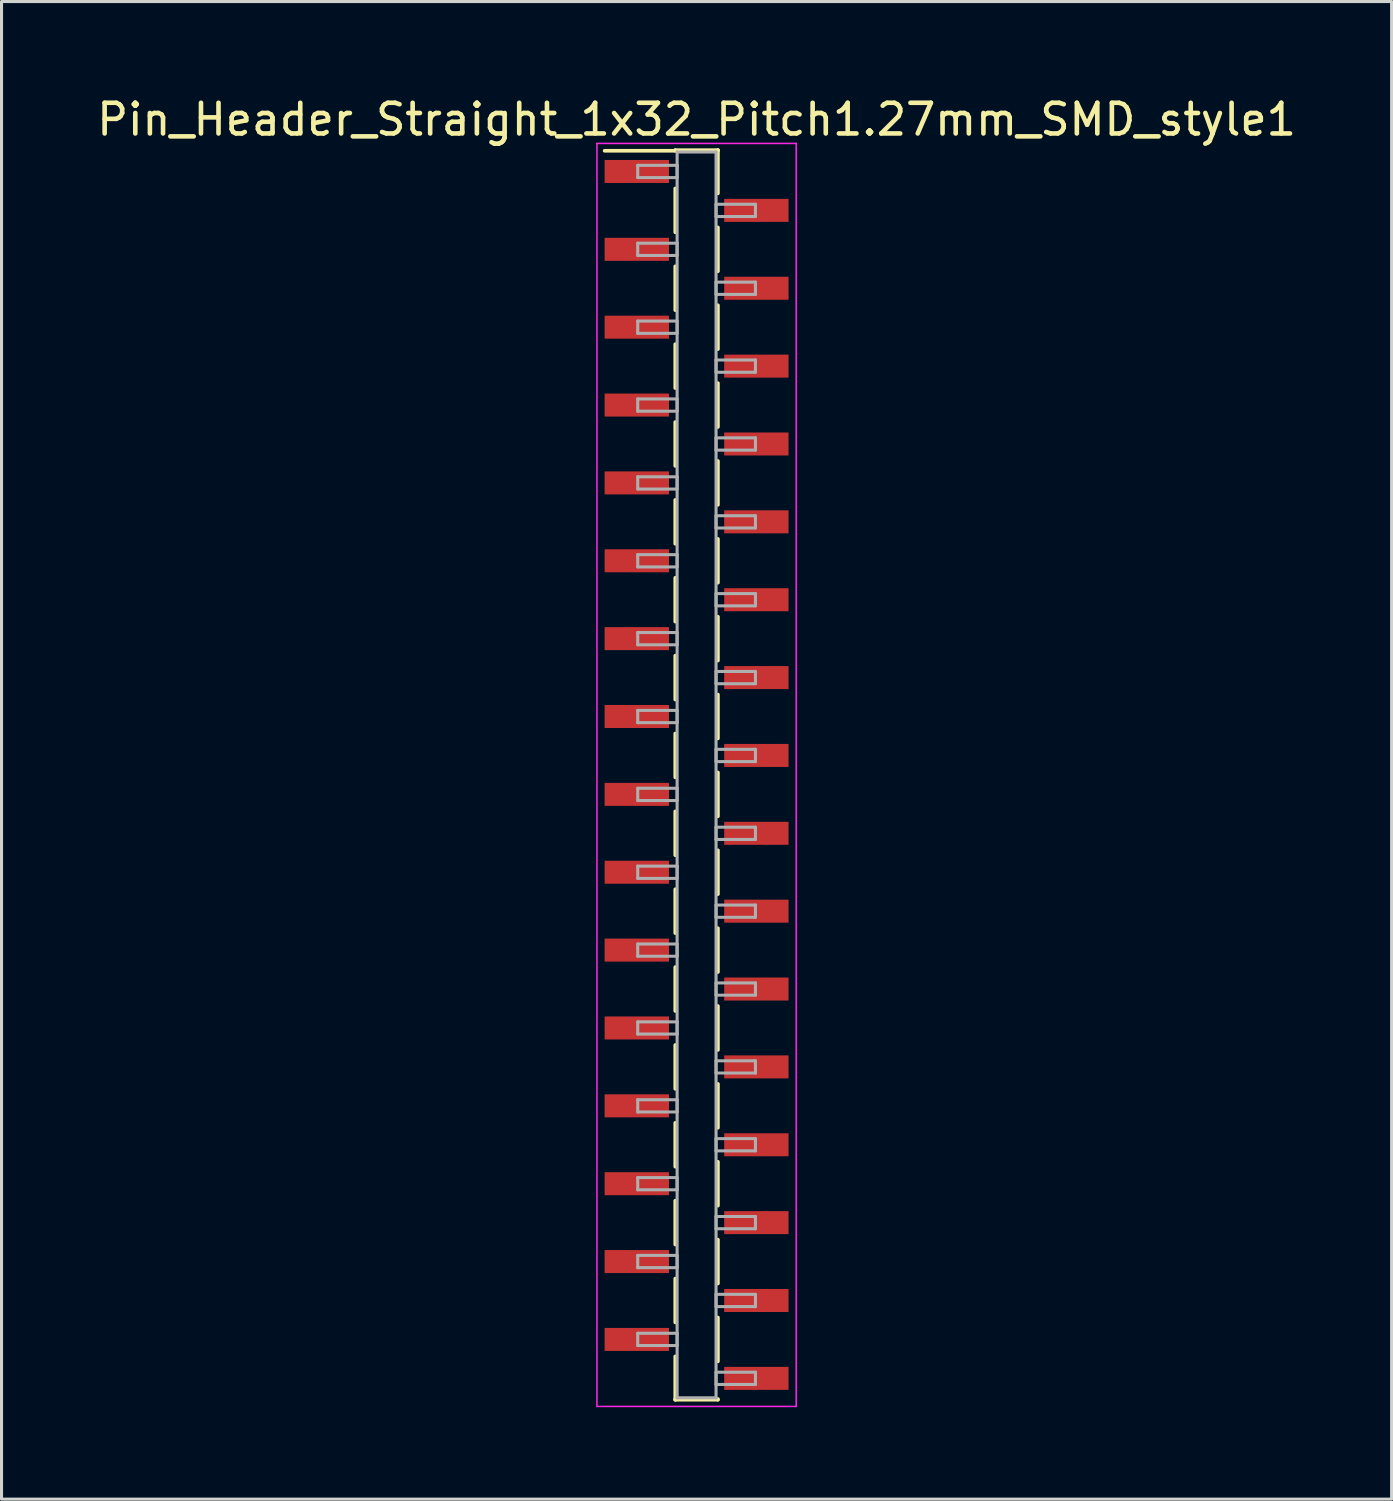
<source format=kicad_pcb>
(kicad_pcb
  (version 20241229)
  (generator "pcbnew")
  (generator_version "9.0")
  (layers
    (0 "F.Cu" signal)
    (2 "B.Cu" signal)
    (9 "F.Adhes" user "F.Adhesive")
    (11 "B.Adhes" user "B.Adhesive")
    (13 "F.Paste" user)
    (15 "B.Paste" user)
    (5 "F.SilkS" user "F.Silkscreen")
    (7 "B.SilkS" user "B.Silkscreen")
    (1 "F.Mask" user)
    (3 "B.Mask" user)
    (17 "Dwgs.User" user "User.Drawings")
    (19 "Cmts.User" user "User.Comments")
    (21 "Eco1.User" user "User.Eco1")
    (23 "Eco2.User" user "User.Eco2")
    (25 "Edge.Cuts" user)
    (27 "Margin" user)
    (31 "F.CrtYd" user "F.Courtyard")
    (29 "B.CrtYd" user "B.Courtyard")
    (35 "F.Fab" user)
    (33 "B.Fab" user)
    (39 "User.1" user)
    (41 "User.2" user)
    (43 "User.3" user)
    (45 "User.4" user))
  (footprint "Pin_Header_Straight_1x32_Pitch1.27mm_SMD_style1"
    (layer "F.Cu")
    (at 19.673 22.228)
    (property "Reference" "Pin_Header_Straight_1x32_Pitch1.27mm_SMD_style1" (at 0 -21.38 0) (layer "F.SilkS") (effects (font (size 1 1) (thickness 0.15))))
    (attr smd)
    (fp_line (start -0.695 -20.38) (end 0.695 -20.38) (stroke (width 0.12) (type solid)) (layer "F.SilkS"))
    (fp_line (start -0.695 -20.36) (end -3 -20.36) (stroke (width 0.12) (type solid)) (layer "F.SilkS"))
    (fp_line (start -0.695 -20.36) (end -0.695 -20.38) (stroke (width 0.12) (type solid)) (layer "F.SilkS"))
    (fp_line (start -0.695 -19.13) (end -0.695 -17.7) (stroke (width 0.12) (type solid)) (layer "F.SilkS"))
    (fp_line (start -0.695 -16.59) (end -0.695 -15.16) (stroke (width 0.12) (type solid)) (layer "F.SilkS"))
    (fp_line (start -0.695 -14.05) (end -0.695 -12.62) (stroke (width 0.12) (type solid)) (layer "F.SilkS"))
    (fp_line (start -0.695 -11.51) (end -0.695 -10.08) (stroke (width 0.12) (type solid)) (layer "F.SilkS"))
    (fp_line (start -0.695 -8.97) (end -0.695 -7.54) (stroke (width 0.12) (type solid)) (layer "F.SilkS"))
    (fp_line (start -0.695 -6.43) (end -0.695 -5) (stroke (width 0.12) (type solid)) (layer "F.SilkS"))
    (fp_line (start -0.695 -3.89) (end -0.695 -2.46) (stroke (width 0.12) (type solid)) (layer "F.SilkS"))
    (fp_line (start -0.695 -1.35) (end -0.695 0.08) (stroke (width 0.12) (type solid)) (layer "F.SilkS"))
    (fp_line (start -0.695 1.19) (end -0.695 2.62) (stroke (width 0.12) (type solid)) (layer "F.SilkS"))
    (fp_line (start -0.695 3.73) (end -0.695 5.16) (stroke (width 0.12) (type solid)) (layer "F.SilkS"))
    (fp_line (start -0.695 6.27) (end -0.695 7.7) (stroke (width 0.12) (type solid)) (layer "F.SilkS"))
    (fp_line (start -0.695 8.81) (end -0.695 10.24) (stroke (width 0.12) (type solid)) (layer "F.SilkS"))
    (fp_line (start -0.695 11.35) (end -0.695 12.78) (stroke (width 0.12) (type solid)) (layer "F.SilkS"))
    (fp_line (start -0.695 13.89) (end -0.695 15.32) (stroke (width 0.12) (type solid)) (layer "F.SilkS"))
    (fp_line (start -0.695 16.43) (end -0.695 17.86) (stroke (width 0.12) (type solid)) (layer "F.SilkS"))
    (fp_line (start -0.695 18.97) (end -0.695 20.38) (stroke (width 0.12) (type solid)) (layer "F.SilkS"))
    (fp_line (start -0.695 20.36) (end -0.695 20.38) (stroke (width 0.12) (type solid)) (layer "F.SilkS"))
    (fp_line (start -0.695 20.38) (end 0.695 20.38) (stroke (width 0.12) (type solid)) (layer "F.SilkS"))
    (fp_line (start 0.695 -20.38) (end 0.695 -20.36) (stroke (width 0.12) (type solid)) (layer "F.SilkS"))
    (fp_line (start 0.695 -20.38) (end 0.695 -18.97) (stroke (width 0.12) (type solid)) (layer "F.SilkS"))
    (fp_line (start 0.695 -17.86) (end 0.695 -16.43) (stroke (width 0.12) (type solid)) (layer "F.SilkS"))
    (fp_line (start 0.695 -15.32) (end 0.695 -13.89) (stroke (width 0.12) (type solid)) (layer "F.SilkS"))
    (fp_line (start 0.695 -12.78) (end 0.695 -11.35) (stroke (width 0.12) (type solid)) (layer "F.SilkS"))
    (fp_line (start 0.695 -10.24) (end 0.695 -8.81) (stroke (width 0.12) (type solid)) (layer "F.SilkS"))
    (fp_line (start 0.695 -7.7) (end 0.695 -6.27) (stroke (width 0.12) (type solid)) (layer "F.SilkS"))
    (fp_line (start 0.695 -5.16) (end 0.695 -3.73) (stroke (width 0.12) (type solid)) (layer "F.SilkS"))
    (fp_line (start 0.695 -2.62) (end 0.695 -1.19) (stroke (width 0.12) (type solid)) (layer "F.SilkS"))
    (fp_line (start 0.695 -0.08) (end 0.695 1.35) (stroke (width 0.12) (type solid)) (layer "F.SilkS"))
    (fp_line (start 0.695 2.46) (end 0.695 3.89) (stroke (width 0.12) (type solid)) (layer "F.SilkS"))
    (fp_line (start 0.695 5) (end 0.695 6.43) (stroke (width 0.12) (type solid)) (layer "F.SilkS"))
    (fp_line (start 0.695 7.54) (end 0.695 8.97) (stroke (width 0.12) (type solid)) (layer "F.SilkS"))
    (fp_line (start 0.695 10.08) (end 0.695 11.51) (stroke (width 0.12) (type solid)) (layer "F.SilkS"))
    (fp_line (start 0.695 12.62) (end 0.695 14.05) (stroke (width 0.12) (type solid)) (layer "F.SilkS"))
    (fp_line (start 0.695 15.16) (end 0.695 16.59) (stroke (width 0.12) (type solid)) (layer "F.SilkS"))
    (fp_line (start 0.695 17.7) (end 0.695 19.13) (stroke (width 0.12) (type solid)) (layer "F.SilkS"))
    (fp_line (start 0.695 20.38) (end 0.695 20.36) (stroke (width 0.12) (type solid)) (layer "F.SilkS"))
    (fp_line (start -3.25 -20.6) (end -3.25 20.6) (stroke (width 0.05) (type solid)) (layer "F.CrtYd"))
    (fp_line (start -3.25 20.6) (end 3.25 20.6) (stroke (width 0.05) (type solid)) (layer "F.CrtYd"))
    (fp_line (start 3.25 -20.6) (end -3.25 -20.6) (stroke (width 0.05) (type solid)) (layer "F.CrtYd"))
    (fp_line (start 3.25 20.6) (end 3.25 -20.6) (stroke (width 0.05) (type solid)) (layer "F.CrtYd"))
    (fp_line (start -1.92 -19.885) (end -0.635 -19.885) (stroke (width 0.1) (type solid)) (layer "F.Fab"))
    (fp_line (start -1.92 -19.485) (end -1.92 -19.885) (stroke (width 0.1) (type solid)) (layer "F.Fab"))
    (fp_line (start -1.92 -17.345) (end -0.635 -17.345) (stroke (width 0.1) (type solid)) (layer "F.Fab"))
    (fp_line (start -1.92 -16.945) (end -1.92 -17.345) (stroke (width 0.1) (type solid)) (layer "F.Fab"))
    (fp_line (start -1.92 -14.805) (end -0.635 -14.805) (stroke (width 0.1) (type solid)) (layer "F.Fab"))
    (fp_line (start -1.92 -14.405) (end -1.92 -14.805) (stroke (width 0.1) (type solid)) (layer "F.Fab"))
    (fp_line (start -1.92 -12.265) (end -0.635 -12.265) (stroke (width 0.1) (type solid)) (layer "F.Fab"))
    (fp_line (start -1.92 -11.865) (end -1.92 -12.265) (stroke (width 0.1) (type solid)) (layer "F.Fab"))
    (fp_line (start -1.92 -9.725) (end -0.635 -9.725) (stroke (width 0.1) (type solid)) (layer "F.Fab"))
    (fp_line (start -1.92 -9.325) (end -1.92 -9.725) (stroke (width 0.1) (type solid)) (layer "F.Fab"))
    (fp_line (start -1.92 -7.185) (end -0.635 -7.185) (stroke (width 0.1) (type solid)) (layer "F.Fab"))
    (fp_line (start -1.92 -6.785) (end -1.92 -7.185) (stroke (width 0.1) (type solid)) (layer "F.Fab"))
    (fp_line (start -1.92 -4.645) (end -0.635 -4.645) (stroke (width 0.1) (type solid)) (layer "F.Fab"))
    (fp_line (start -1.92 -4.245) (end -1.92 -4.645) (stroke (width 0.1) (type solid)) (layer "F.Fab"))
    (fp_line (start -1.92 -2.105) (end -0.635 -2.105) (stroke (width 0.1) (type solid)) (layer "F.Fab"))
    (fp_line (start -1.92 -1.705) (end -1.92 -2.105) (stroke (width 0.1) (type solid)) (layer "F.Fab"))
    (fp_line (start -1.92 0.435) (end -0.635 0.435) (stroke (width 0.1) (type solid)) (layer "F.Fab"))
    (fp_line (start -1.92 0.835) (end -1.92 0.435) (stroke (width 0.1) (type solid)) (layer "F.Fab"))
    (fp_line (start -1.92 2.975) (end -0.635 2.975) (stroke (width 0.1) (type solid)) (layer "F.Fab"))
    (fp_line (start -1.92 3.375) (end -1.92 2.975) (stroke (width 0.1) (type solid)) (layer "F.Fab"))
    (fp_line (start -1.92 5.515) (end -0.635 5.515) (stroke (width 0.1) (type solid)) (layer "F.Fab"))
    (fp_line (start -1.92 5.915) (end -1.92 5.515) (stroke (width 0.1) (type solid)) (layer "F.Fab"))
    (fp_line (start -1.92 8.055) (end -0.635 8.055) (stroke (width 0.1) (type solid)) (layer "F.Fab"))
    (fp_line (start -1.92 8.455) (end -1.92 8.055) (stroke (width 0.1) (type solid)) (layer "F.Fab"))
    (fp_line (start -1.92 10.595) (end -0.635 10.595) (stroke (width 0.1) (type solid)) (layer "F.Fab"))
    (fp_line (start -1.92 10.995) (end -1.92 10.595) (stroke (width 0.1) (type solid)) (layer "F.Fab"))
    (fp_line (start -1.92 13.135) (end -0.635 13.135) (stroke (width 0.1) (type solid)) (layer "F.Fab"))
    (fp_line (start -1.92 13.535) (end -1.92 13.135) (stroke (width 0.1) (type solid)) (layer "F.Fab"))
    (fp_line (start -1.92 15.675) (end -0.635 15.675) (stroke (width 0.1) (type solid)) (layer "F.Fab"))
    (fp_line (start -1.92 16.075) (end -1.92 15.675) (stroke (width 0.1) (type solid)) (layer "F.Fab"))
    (fp_line (start -1.92 18.215) (end -0.635 18.215) (stroke (width 0.1) (type solid)) (layer "F.Fab"))
    (fp_line (start -1.92 18.615) (end -1.92 18.215) (stroke (width 0.1) (type solid)) (layer "F.Fab"))
    (fp_line (start -0.635 -20.32) (end -0.635 20.32) (stroke (width 0.1) (type solid)) (layer "F.Fab"))
    (fp_line (start -0.635 -19.885) (end -0.635 -19.485) (stroke (width 0.1) (type solid)) (layer "F.Fab"))
    (fp_line (start -0.635 -19.485) (end -1.92 -19.485) (stroke (width 0.1) (type solid)) (layer "F.Fab"))
    (fp_line (start -0.635 -17.345) (end -0.635 -16.945) (stroke (width 0.1) (type solid)) (layer "F.Fab"))
    (fp_line (start -0.635 -16.945) (end -1.92 -16.945) (stroke (width 0.1) (type solid)) (layer "F.Fab"))
    (fp_line (start -0.635 -14.805) (end -0.635 -14.405) (stroke (width 0.1) (type solid)) (layer "F.Fab"))
    (fp_line (start -0.635 -14.405) (end -1.92 -14.405) (stroke (width 0.1) (type solid)) (layer "F.Fab"))
    (fp_line (start -0.635 -12.265) (end -0.635 -11.865) (stroke (width 0.1) (type solid)) (layer "F.Fab"))
    (fp_line (start -0.635 -11.865) (end -1.92 -11.865) (stroke (width 0.1) (type solid)) (layer "F.Fab"))
    (fp_line (start -0.635 -9.725) (end -0.635 -9.325) (stroke (width 0.1) (type solid)) (layer "F.Fab"))
    (fp_line (start -0.635 -9.325) (end -1.92 -9.325) (stroke (width 0.1) (type solid)) (layer "F.Fab"))
    (fp_line (start -0.635 -7.185) (end -0.635 -6.785) (stroke (width 0.1) (type solid)) (layer "F.Fab"))
    (fp_line (start -0.635 -6.785) (end -1.92 -6.785) (stroke (width 0.1) (type solid)) (layer "F.Fab"))
    (fp_line (start -0.635 -4.645) (end -0.635 -4.245) (stroke (width 0.1) (type solid)) (layer "F.Fab"))
    (fp_line (start -0.635 -4.245) (end -1.92 -4.245) (stroke (width 0.1) (type solid)) (layer "F.Fab"))
    (fp_line (start -0.635 -2.105) (end -0.635 -1.705) (stroke (width 0.1) (type solid)) (layer "F.Fab"))
    (fp_line (start -0.635 -1.705) (end -1.92 -1.705) (stroke (width 0.1) (type solid)) (layer "F.Fab"))
    (fp_line (start -0.635 0.435) (end -0.635 0.835) (stroke (width 0.1) (type solid)) (layer "F.Fab"))
    (fp_line (start -0.635 0.835) (end -1.92 0.835) (stroke (width 0.1) (type solid)) (layer "F.Fab"))
    (fp_line (start -0.635 2.975) (end -0.635 3.375) (stroke (width 0.1) (type solid)) (layer "F.Fab"))
    (fp_line (start -0.635 3.375) (end -1.92 3.375) (stroke (width 0.1) (type solid)) (layer "F.Fab"))
    (fp_line (start -0.635 5.515) (end -0.635 5.915) (stroke (width 0.1) (type solid)) (layer "F.Fab"))
    (fp_line (start -0.635 5.915) (end -1.92 5.915) (stroke (width 0.1) (type solid)) (layer "F.Fab"))
    (fp_line (start -0.635 8.055) (end -0.635 8.455) (stroke (width 0.1) (type solid)) (layer "F.Fab"))
    (fp_line (start -0.635 8.455) (end -1.92 8.455) (stroke (width 0.1) (type solid)) (layer "F.Fab"))
    (fp_line (start -0.635 10.595) (end -0.635 10.995) (stroke (width 0.1) (type solid)) (layer "F.Fab"))
    (fp_line (start -0.635 10.995) (end -1.92 10.995) (stroke (width 0.1) (type solid)) (layer "F.Fab"))
    (fp_line (start -0.635 13.135) (end -0.635 13.535) (stroke (width 0.1) (type solid)) (layer "F.Fab"))
    (fp_line (start -0.635 13.535) (end -1.92 13.535) (stroke (width 0.1) (type solid)) (layer "F.Fab"))
    (fp_line (start -0.635 15.675) (end -0.635 16.075) (stroke (width 0.1) (type solid)) (layer "F.Fab"))
    (fp_line (start -0.635 16.075) (end -1.92 16.075) (stroke (width 0.1) (type solid)) (layer "F.Fab"))
    (fp_line (start -0.635 18.215) (end -0.635 18.615) (stroke (width 0.1) (type solid)) (layer "F.Fab"))
    (fp_line (start -0.635 18.615) (end -1.92 18.615) (stroke (width 0.1) (type solid)) (layer "F.Fab"))
    (fp_line (start -0.635 20.32) (end 0.635 20.32) (stroke (width 0.1) (type solid)) (layer "F.Fab"))
    (fp_line (start 0.635 -20.32) (end -0.635 -20.32) (stroke (width 0.1) (type solid)) (layer "F.Fab"))
    (fp_line (start 0.635 -18.615) (end 0.635 -18.215) (stroke (width 0.1) (type solid)) (layer "F.Fab"))
    (fp_line (start 0.635 -18.215) (end 1.92 -18.215) (stroke (width 0.1) (type solid)) (layer "F.Fab"))
    (fp_line (start 0.635 -16.075) (end 0.635 -15.675) (stroke (width 0.1) (type solid)) (layer "F.Fab"))
    (fp_line (start 0.635 -15.675) (end 1.92 -15.675) (stroke (width 0.1) (type solid)) (layer "F.Fab"))
    (fp_line (start 0.635 -13.535) (end 0.635 -13.135) (stroke (width 0.1) (type solid)) (layer "F.Fab"))
    (fp_line (start 0.635 -13.135) (end 1.92 -13.135) (stroke (width 0.1) (type solid)) (layer "F.Fab"))
    (fp_line (start 0.635 -10.995) (end 0.635 -10.595) (stroke (width 0.1) (type solid)) (layer "F.Fab"))
    (fp_line (start 0.635 -10.595) (end 1.92 -10.595) (stroke (width 0.1) (type solid)) (layer "F.Fab"))
    (fp_line (start 0.635 -8.455) (end 0.635 -8.055) (stroke (width 0.1) (type solid)) (layer "F.Fab"))
    (fp_line (start 0.635 -8.055) (end 1.92 -8.055) (stroke (width 0.1) (type solid)) (layer "F.Fab"))
    (fp_line (start 0.635 -5.915) (end 0.635 -5.515) (stroke (width 0.1) (type solid)) (layer "F.Fab"))
    (fp_line (start 0.635 -5.515) (end 1.92 -5.515) (stroke (width 0.1) (type solid)) (layer "F.Fab"))
    (fp_line (start 0.635 -3.375) (end 0.635 -2.975) (stroke (width 0.1) (type solid)) (layer "F.Fab"))
    (fp_line (start 0.635 -2.975) (end 1.92 -2.975) (stroke (width 0.1) (type solid)) (layer "F.Fab"))
    (fp_line (start 0.635 -0.835) (end 0.635 -0.435) (stroke (width 0.1) (type solid)) (layer "F.Fab"))
    (fp_line (start 0.635 -0.435) (end 1.92 -0.435) (stroke (width 0.1) (type solid)) (layer "F.Fab"))
    (fp_line (start 0.635 1.705) (end 0.635 2.105) (stroke (width 0.1) (type solid)) (layer "F.Fab"))
    (fp_line (start 0.635 2.105) (end 1.92 2.105) (stroke (width 0.1) (type solid)) (layer "F.Fab"))
    (fp_line (start 0.635 4.245) (end 0.635 4.645) (stroke (width 0.1) (type solid)) (layer "F.Fab"))
    (fp_line (start 0.635 4.645) (end 1.92 4.645) (stroke (width 0.1) (type solid)) (layer "F.Fab"))
    (fp_line (start 0.635 6.785) (end 0.635 7.185) (stroke (width 0.1) (type solid)) (layer "F.Fab"))
    (fp_line (start 0.635 7.185) (end 1.92 7.185) (stroke (width 0.1) (type solid)) (layer "F.Fab"))
    (fp_line (start 0.635 9.325) (end 0.635 9.725) (stroke (width 0.1) (type solid)) (layer "F.Fab"))
    (fp_line (start 0.635 9.725) (end 1.92 9.725) (stroke (width 0.1) (type solid)) (layer "F.Fab"))
    (fp_line (start 0.635 11.865) (end 0.635 12.265) (stroke (width 0.1) (type solid)) (layer "F.Fab"))
    (fp_line (start 0.635 12.265) (end 1.92 12.265) (stroke (width 0.1) (type solid)) (layer "F.Fab"))
    (fp_line (start 0.635 14.405) (end 0.635 14.805) (stroke (width 0.1) (type solid)) (layer "F.Fab"))
    (fp_line (start 0.635 14.805) (end 1.92 14.805) (stroke (width 0.1) (type solid)) (layer "F.Fab"))
    (fp_line (start 0.635 16.945) (end 0.635 17.345) (stroke (width 0.1) (type solid)) (layer "F.Fab"))
    (fp_line (start 0.635 17.345) (end 1.92 17.345) (stroke (width 0.1) (type solid)) (layer "F.Fab"))
    (fp_line (start 0.635 19.485) (end 0.635 19.885) (stroke (width 0.1) (type solid)) (layer "F.Fab"))
    (fp_line (start 0.635 19.885) (end 1.92 19.885) (stroke (width 0.1) (type solid)) (layer "F.Fab"))
    (fp_line (start 0.635 20.32) (end 0.635 -20.32) (stroke (width 0.1) (type solid)) (layer "F.Fab"))
    (fp_line (start 1.92 -18.615) (end 0.635 -18.615) (stroke (width 0.1) (type solid)) (layer "F.Fab"))
    (fp_line (start 1.92 -18.215) (end 1.92 -18.615) (stroke (width 0.1) (type solid)) (layer "F.Fab"))
    (fp_line (start 1.92 -16.075) (end 0.635 -16.075) (stroke (width 0.1) (type solid)) (layer "F.Fab"))
    (fp_line (start 1.92 -15.675) (end 1.92 -16.075) (stroke (width 0.1) (type solid)) (layer "F.Fab"))
    (fp_line (start 1.92 -13.535) (end 0.635 -13.535) (stroke (width 0.1) (type solid)) (layer "F.Fab"))
    (fp_line (start 1.92 -13.135) (end 1.92 -13.535) (stroke (width 0.1) (type solid)) (layer "F.Fab"))
    (fp_line (start 1.92 -10.995) (end 0.635 -10.995) (stroke (width 0.1) (type solid)) (layer "F.Fab"))
    (fp_line (start 1.92 -10.595) (end 1.92 -10.995) (stroke (width 0.1) (type solid)) (layer "F.Fab"))
    (fp_line (start 1.92 -8.455) (end 0.635 -8.455) (stroke (width 0.1) (type solid)) (layer "F.Fab"))
    (fp_line (start 1.92 -8.055) (end 1.92 -8.455) (stroke (width 0.1) (type solid)) (layer "F.Fab"))
    (fp_line (start 1.92 -5.915) (end 0.635 -5.915) (stroke (width 0.1) (type solid)) (layer "F.Fab"))
    (fp_line (start 1.92 -5.515) (end 1.92 -5.915) (stroke (width 0.1) (type solid)) (layer "F.Fab"))
    (fp_line (start 1.92 -3.375) (end 0.635 -3.375) (stroke (width 0.1) (type solid)) (layer "F.Fab"))
    (fp_line (start 1.92 -2.975) (end 1.92 -3.375) (stroke (width 0.1) (type solid)) (layer "F.Fab"))
    (fp_line (start 1.92 -0.835) (end 0.635 -0.835) (stroke (width 0.1) (type solid)) (layer "F.Fab"))
    (fp_line (start 1.92 -0.435) (end 1.92 -0.835) (stroke (width 0.1) (type solid)) (layer "F.Fab"))
    (fp_line (start 1.92 1.705) (end 0.635 1.705) (stroke (width 0.1) (type solid)) (layer "F.Fab"))
    (fp_line (start 1.92 2.105) (end 1.92 1.705) (stroke (width 0.1) (type solid)) (layer "F.Fab"))
    (fp_line (start 1.92 4.245) (end 0.635 4.245) (stroke (width 0.1) (type solid)) (layer "F.Fab"))
    (fp_line (start 1.92 4.645) (end 1.92 4.245) (stroke (width 0.1) (type solid)) (layer "F.Fab"))
    (fp_line (start 1.92 6.785) (end 0.635 6.785) (stroke (width 0.1) (type solid)) (layer "F.Fab"))
    (fp_line (start 1.92 7.185) (end 1.92 6.785) (stroke (width 0.1) (type solid)) (layer "F.Fab"))
    (fp_line (start 1.92 9.325) (end 0.635 9.325) (stroke (width 0.1) (type solid)) (layer "F.Fab"))
    (fp_line (start 1.92 9.725) (end 1.92 9.325) (stroke (width 0.1) (type solid)) (layer "F.Fab"))
    (fp_line (start 1.92 11.865) (end 0.635 11.865) (stroke (width 0.1) (type solid)) (layer "F.Fab"))
    (fp_line (start 1.92 12.265) (end 1.92 11.865) (stroke (width 0.1) (type solid)) (layer "F.Fab"))
    (fp_line (start 1.92 14.405) (end 0.635 14.405) (stroke (width 0.1) (type solid)) (layer "F.Fab"))
    (fp_line (start 1.92 14.805) (end 1.92 14.405) (stroke (width 0.1) (type solid)) (layer "F.Fab"))
    (fp_line (start 1.92 16.945) (end 0.635 16.945) (stroke (width 0.1) (type solid)) (layer "F.Fab"))
    (fp_line (start 1.92 17.345) (end 1.92 16.945) (stroke (width 0.1) (type solid)) (layer "F.Fab"))
    (fp_line (start 1.92 19.485) (end 0.635 19.485) (stroke (width 0.1) (type solid)) (layer "F.Fab"))
    (fp_line (start 1.92 19.885) (end 1.92 19.485) (stroke (width 0.1) (type solid)) (layer "F.Fab"))
    (pad "1" smd rect (at -1.95 -19.685) (size 2.1 0.75) (layers "F.Cu" "F.Mask"))
    (pad "2" smd rect (at 1.95 -18.415) (size 2.1 0.75) (layers "F.Cu" "F.Mask"))
    (pad "3" smd rect (at -1.95 -17.145) (size 2.1 0.75) (layers "F.Cu" "F.Mask"))
    (pad "4" smd rect (at 1.95 -15.875) (size 2.1 0.75) (layers "F.Cu" "F.Mask"))
    (pad "5" smd rect (at -1.95 -14.605) (size 2.1 0.75) (layers "F.Cu" "F.Mask"))
    (pad "6" smd rect (at 1.95 -13.335) (size 2.1 0.75) (layers "F.Cu" "F.Mask"))
    (pad "7" smd rect (at -1.95 -12.065) (size 2.1 0.75) (layers "F.Cu" "F.Mask"))
    (pad "8" smd rect (at 1.95 -10.795) (size 2.1 0.75) (layers "F.Cu" "F.Mask"))
    (pad "9" smd rect (at -1.95 -9.525) (size 2.1 0.75) (layers "F.Cu" "F.Mask"))
    (pad "10" smd rect (at 1.95 -8.255) (size 2.1 0.75) (layers "F.Cu" "F.Mask"))
    (pad "11" smd rect (at -1.95 -6.985) (size 2.1 0.75) (layers "F.Cu" "F.Mask"))
    (pad "12" smd rect (at 1.95 -5.715) (size 2.1 0.75) (layers "F.Cu" "F.Mask"))
    (pad "13" smd rect (at -1.95 -4.445) (size 2.1 0.75) (layers "F.Cu" "F.Mask"))
    (pad "14" smd rect (at 1.95 -3.175) (size 2.1 0.75) (layers "F.Cu" "F.Mask"))
    (pad "15" smd rect (at -1.95 -1.905) (size 2.1 0.75) (layers "F.Cu" "F.Mask"))
    (pad "16" smd rect (at 1.95 -0.635) (size 2.1 0.75) (layers "F.Cu" "F.Mask"))
    (pad "17" smd rect (at -1.95 0.635) (size 2.1 0.75) (layers "F.Cu" "F.Mask"))
    (pad "18" smd rect (at 1.95 1.905) (size 2.1 0.75) (layers "F.Cu" "F.Mask"))
    (pad "19" smd rect (at -1.95 3.175) (size 2.1 0.75) (layers "F.Cu" "F.Mask"))
    (pad "20" smd rect (at 1.95 4.445) (size 2.1 0.75) (layers "F.Cu" "F.Mask"))
    (pad "21" smd rect (at -1.95 5.715) (size 2.1 0.75) (layers "F.Cu" "F.Mask"))
    (pad "22" smd rect (at 1.95 6.985) (size 2.1 0.75) (layers "F.Cu" "F.Mask"))
    (pad "23" smd rect (at -1.95 8.255) (size 2.1 0.75) (layers "F.Cu" "F.Mask"))
    (pad "24" smd rect (at 1.95 9.525) (size 2.1 0.75) (layers "F.Cu" "F.Mask"))
    (pad "25" smd rect (at -1.95 10.795) (size 2.1 0.75) (layers "F.Cu" "F.Mask"))
    (pad "26" smd rect (at 1.95 12.065) (size 2.1 0.75) (layers "F.Cu" "F.Mask"))
    (pad "27" smd rect (at -1.95 13.335) (size 2.1 0.75) (layers "F.Cu" "F.Mask"))
    (pad "28" smd rect (at 1.95 14.605) (size 2.1 0.75) (layers "F.Cu" "F.Mask"))
    (pad "29" smd rect (at -1.95 15.875) (size 2.1 0.75) (layers "F.Cu" "F.Mask"))
    (pad "30" smd rect (at 1.95 17.145) (size 2.1 0.75) (layers "F.Cu" "F.Mask"))
    (pad "31" smd rect (at -1.95 18.415) (size 2.1 0.75) (layers "F.Cu" "F.Mask"))
    (pad "32" smd rect (at 1.95 19.685) (size 2.1 0.75) (layers "F.Cu" "F.Mask")))
  (gr_rect
    (start -3 -3)
    (end 42.345 45.853)
    (stroke (width 0.1) (type default))
    (fill no)
    (layer "Edge.Cuts")))
</source>
